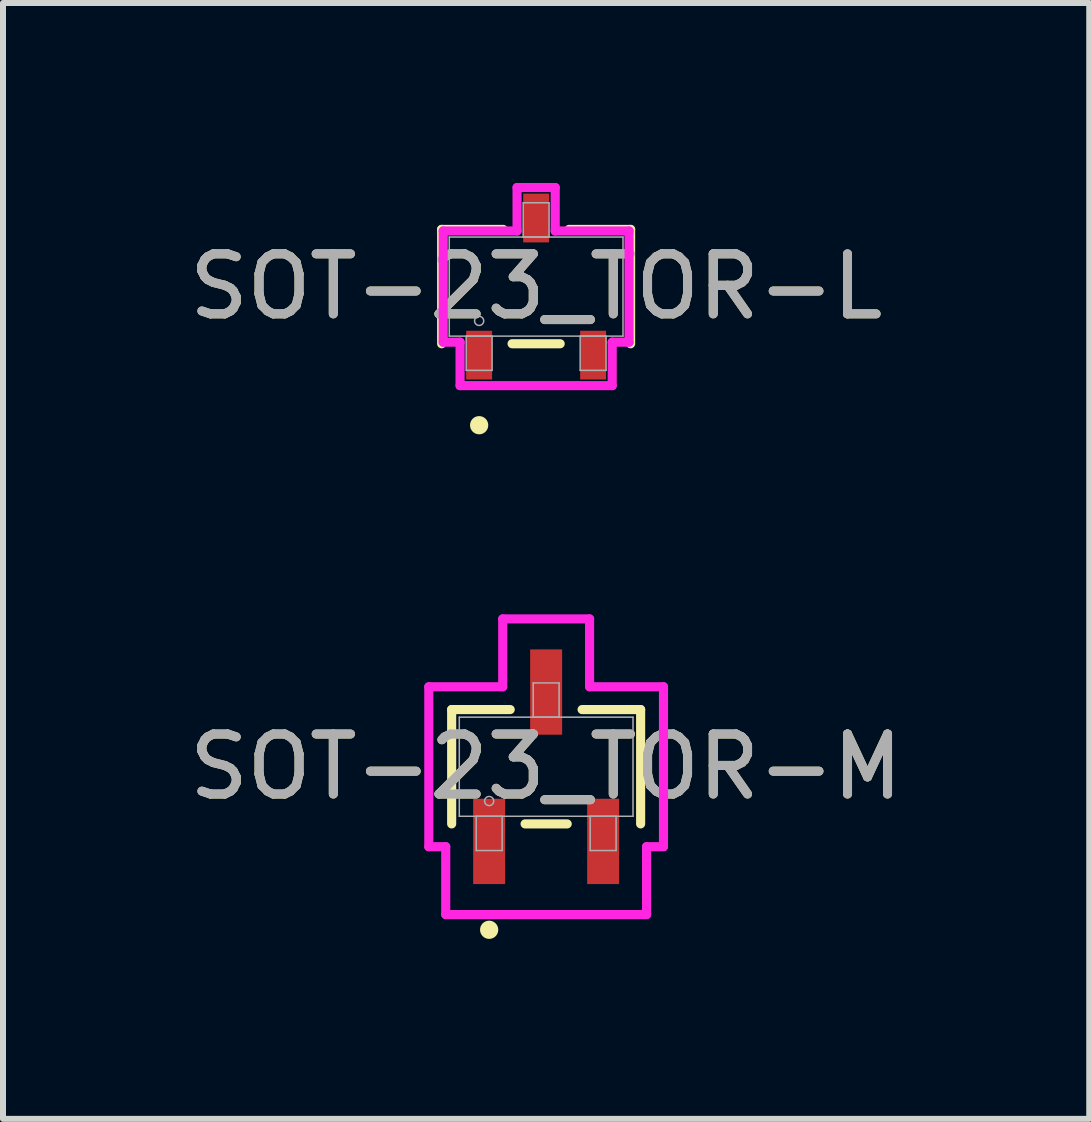
<source format=kicad_pcb>
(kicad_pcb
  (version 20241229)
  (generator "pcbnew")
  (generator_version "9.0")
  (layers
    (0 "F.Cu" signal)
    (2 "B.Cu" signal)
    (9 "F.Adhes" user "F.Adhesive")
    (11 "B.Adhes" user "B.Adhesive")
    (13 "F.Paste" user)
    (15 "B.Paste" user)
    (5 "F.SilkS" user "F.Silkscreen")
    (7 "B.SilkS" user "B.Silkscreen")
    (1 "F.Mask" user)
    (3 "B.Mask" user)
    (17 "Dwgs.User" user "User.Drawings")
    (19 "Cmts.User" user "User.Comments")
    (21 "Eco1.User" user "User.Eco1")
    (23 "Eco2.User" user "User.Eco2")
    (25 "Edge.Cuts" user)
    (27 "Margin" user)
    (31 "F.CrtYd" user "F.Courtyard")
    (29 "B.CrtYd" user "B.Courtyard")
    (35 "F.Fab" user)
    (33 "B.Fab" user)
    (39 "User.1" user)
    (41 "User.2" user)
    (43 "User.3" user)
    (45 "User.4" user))
  (footprint "SOT-23_TOR-L"
    (layer "F.Cu")
    (at 5.887 1.727)
    (property "Reference" "SOT-23_TOR-L" (at 0 0 0) (unlocked yes) (layer "F.SilkS") (effects (font (size 1 1) (thickness 0.15))))
    (attr smd)
    (fp_line (start -1.575 -0.953) (end -1.575 0.953) (stroke (width 0.152) (type solid)) (layer "F.SilkS"))
    (fp_line (start -0.549 -0.953) (end -1.575 -0.953) (stroke (width 0.152) (type solid)) (layer "F.SilkS"))
    (fp_line (start -0.401 0.953) (end 0.401 0.953) (stroke (width 0.152) (type solid)) (layer "F.SilkS"))
    (fp_line (start 1.575 -0.953) (end 0.549 -0.953) (stroke (width 0.152) (type solid)) (layer "F.SilkS"))
    (fp_line (start 1.575 0.953) (end 1.575 -0.953) (stroke (width 0.152) (type solid)) (layer "F.SilkS"))
    (fp_circle (center -0.95 2.311) (end -0.874 2.311) (stroke (width 0.152) (type solid)) (fill no) (layer "F.SilkS"))
    (fp_line (start -1.549 -0.927) (end -0.318 -0.927) (stroke (width 0.152) (type solid)) (layer "F.CrtYd"))
    (fp_line (start -1.549 0.927) (end -1.549 -0.927) (stroke (width 0.152) (type solid)) (layer "F.CrtYd"))
    (fp_line (start -1.549 0.927) (end -1.268 0.927) (stroke (width 0.152) (type solid)) (layer "F.CrtYd"))
    (fp_line (start -1.268 0.927) (end -1.268 1.651) (stroke (width 0.152) (type solid)) (layer "F.CrtYd"))
    (fp_line (start -1.268 1.651) (end 1.268 1.651) (stroke (width 0.152) (type solid)) (layer "F.CrtYd"))
    (fp_line (start -0.318 -1.651) (end 0.318 -1.651) (stroke (width 0.152) (type solid)) (layer "F.CrtYd"))
    (fp_line (start -0.318 -0.927) (end -0.318 -1.651) (stroke (width 0.152) (type solid)) (layer "F.CrtYd"))
    (fp_line (start 0.318 -0.927) (end 0.318 -1.651) (stroke (width 0.152) (type solid)) (layer "F.CrtYd"))
    (fp_line (start 1.268 0.927) (end 1.268 1.651) (stroke (width 0.152) (type solid)) (layer "F.CrtYd"))
    (fp_line (start 1.549 -0.927) (end 0.318 -0.927) (stroke (width 0.152) (type solid)) (layer "F.CrtYd"))
    (fp_line (start 1.549 -0.927) (end 1.549 0.927) (stroke (width 0.152) (type solid)) (layer "F.CrtYd"))
    (fp_line (start 1.549 0.927) (end 1.268 0.927) (stroke (width 0.152) (type solid)) (layer "F.CrtYd"))
    (fp_line (start -1.448 -0.826) (end -1.448 0.826) (stroke (width 0.025) (type solid)) (layer "F.Fab"))
    (fp_line (start -1.448 0.826) (end 1.448 0.826) (stroke (width 0.025) (type solid)) (layer "F.Fab"))
    (fp_line (start -1.166 0.826) (end -1.166 1.397) (stroke (width 0.025) (type solid)) (layer "F.Fab"))
    (fp_line (start -1.166 1.397) (end -0.734 1.397) (stroke (width 0.025) (type solid)) (layer "F.Fab"))
    (fp_line (start -0.734 0.826) (end -1.166 0.826) (stroke (width 0.025) (type solid)) (layer "F.Fab"))
    (fp_line (start -0.734 1.397) (end -0.734 0.826) (stroke (width 0.025) (type solid)) (layer "F.Fab"))
    (fp_line (start -0.216 -1.397) (end -0.216 -0.826) (stroke (width 0.025) (type solid)) (layer "F.Fab"))
    (fp_line (start -0.216 -0.826) (end 0.216 -0.826) (stroke (width 0.025) (type solid)) (layer "F.Fab"))
    (fp_line (start 0.216 -1.397) (end -0.216 -1.397) (stroke (width 0.025) (type solid)) (layer "F.Fab"))
    (fp_line (start 0.216 -0.826) (end 0.216 -1.397) (stroke (width 0.025) (type solid)) (layer "F.Fab"))
    (fp_line (start 0.734 0.826) (end 0.734 1.397) (stroke (width 0.025) (type solid)) (layer "F.Fab"))
    (fp_line (start 0.734 1.397) (end 1.166 1.397) (stroke (width 0.025) (type solid)) (layer "F.Fab"))
    (fp_line (start 1.166 0.826) (end 0.734 0.826) (stroke (width 0.025) (type solid)) (layer "F.Fab"))
    (fp_line (start 1.166 1.397) (end 1.166 0.826) (stroke (width 0.025) (type solid)) (layer "F.Fab"))
    (fp_line (start 1.448 -0.826) (end -1.448 -0.826) (stroke (width 0.025) (type solid)) (layer "F.Fab"))
    (fp_line (start 1.448 0.826) (end 1.448 -0.826) (stroke (width 0.025) (type solid)) (layer "F.Fab"))
    (fp_circle (center -0.95 0.572) (end -0.874 0.572) (stroke (width 0.025) (type solid)) (fill no) (layer "F.Fab"))
    (fp_text user "${REFERENCE}" (at 0 0 0) (unlocked yes) (layer "F.Fab") (effects (font (size 1 1) (thickness 0.15))))
    (pad "1" smd rect (at -0.95 1.143) (size 0.432 0.813) (layers "F.Cu" "F.Mask" "F.Paste"))
    (pad "2" smd rect (at 0.95 1.143) (size 0.432 0.813) (layers "F.Cu" "F.Mask" "F.Paste"))
    (pad "3" smd rect (at 0 -1.143) (size 0.432 0.813) (layers "F.Cu" "F.Mask" "F.Paste")))
  (footprint "SOT-23_TOR-M"
    (layer "F.Cu")
    (at 6.054 9.731)
    (property "Reference" "SOT-23_TOR-M" (at 0 0 0) (unlocked yes) (layer "F.SilkS") (effects (font (size 1 1) (thickness 0.15))))
    (attr smd)
    (fp_line (start -1.575 -0.953) (end -1.575 0.953) (stroke (width 0.152) (type solid)) (layer "F.SilkS"))
    (fp_line (start -0.599 -0.953) (end -1.575 -0.953) (stroke (width 0.152) (type solid)) (layer "F.SilkS"))
    (fp_line (start -0.351 0.953) (end 0.351 0.953) (stroke (width 0.152) (type solid)) (layer "F.SilkS"))
    (fp_line (start 1.575 -0.953) (end 0.599 -0.953) (stroke (width 0.152) (type solid)) (layer "F.SilkS"))
    (fp_line (start 1.575 0.953) (end 1.575 -0.953) (stroke (width 0.152) (type solid)) (layer "F.SilkS"))
    (fp_circle (center -0.95 2.718) (end -0.874 2.718) (stroke (width 0.152) (type solid)) (fill no) (layer "F.SilkS"))
    (fp_line (start -1.956 -1.333) (end -0.724 -1.333) (stroke (width 0.152) (type solid)) (layer "F.CrtYd"))
    (fp_line (start -1.956 1.333) (end -1.956 -1.333) (stroke (width 0.152) (type solid)) (layer "F.CrtYd"))
    (fp_line (start -1.956 1.333) (end -1.674 1.333) (stroke (width 0.152) (type solid)) (layer "F.CrtYd"))
    (fp_line (start -1.674 1.333) (end -1.674 2.464) (stroke (width 0.152) (type solid)) (layer "F.CrtYd"))
    (fp_line (start -1.674 2.464) (end 1.674 2.464) (stroke (width 0.152) (type solid)) (layer "F.CrtYd"))
    (fp_line (start -0.724 -2.464) (end 0.724 -2.464) (stroke (width 0.152) (type solid)) (layer "F.CrtYd"))
    (fp_line (start -0.724 -1.333) (end -0.724 -2.464) (stroke (width 0.152) (type solid)) (layer "F.CrtYd"))
    (fp_line (start 0.724 -1.333) (end 0.724 -2.464) (stroke (width 0.152) (type solid)) (layer "F.CrtYd"))
    (fp_line (start 1.674 1.333) (end 1.674 2.464) (stroke (width 0.152) (type solid)) (layer "F.CrtYd"))
    (fp_line (start 1.956 -1.333) (end 0.724 -1.333) (stroke (width 0.152) (type solid)) (layer "F.CrtYd"))
    (fp_line (start 1.956 -1.333) (end 1.956 1.333) (stroke (width 0.152) (type solid)) (layer "F.CrtYd"))
    (fp_line (start 1.956 1.333) (end 1.674 1.333) (stroke (width 0.152) (type solid)) (layer "F.CrtYd"))
    (fp_line (start -1.448 -0.826) (end -1.448 0.826) (stroke (width 0.025) (type solid)) (layer "F.Fab"))
    (fp_line (start -1.448 0.826) (end 1.448 0.826) (stroke (width 0.025) (type solid)) (layer "F.Fab"))
    (fp_line (start -1.166 0.826) (end -1.166 1.397) (stroke (width 0.025) (type solid)) (layer "F.Fab"))
    (fp_line (start -1.166 1.397) (end -0.734 1.397) (stroke (width 0.025) (type solid)) (layer "F.Fab"))
    (fp_line (start -0.734 0.826) (end -1.166 0.826) (stroke (width 0.025) (type solid)) (layer "F.Fab"))
    (fp_line (start -0.734 1.397) (end -0.734 0.826) (stroke (width 0.025) (type solid)) (layer "F.Fab"))
    (fp_line (start -0.216 -1.397) (end -0.216 -0.826) (stroke (width 0.025) (type solid)) (layer "F.Fab"))
    (fp_line (start -0.216 -0.826) (end 0.216 -0.826) (stroke (width 0.025) (type solid)) (layer "F.Fab"))
    (fp_line (start 0.216 -1.397) (end -0.216 -1.397) (stroke (width 0.025) (type solid)) (layer "F.Fab"))
    (fp_line (start 0.216 -0.826) (end 0.216 -1.397) (stroke (width 0.025) (type solid)) (layer "F.Fab"))
    (fp_line (start 0.734 0.826) (end 0.734 1.397) (stroke (width 0.025) (type solid)) (layer "F.Fab"))
    (fp_line (start 0.734 1.397) (end 1.166 1.397) (stroke (width 0.025) (type solid)) (layer "F.Fab"))
    (fp_line (start 1.166 0.826) (end 0.734 0.826) (stroke (width 0.025) (type solid)) (layer "F.Fab"))
    (fp_line (start 1.166 1.397) (end 1.166 0.826) (stroke (width 0.025) (type solid)) (layer "F.Fab"))
    (fp_line (start 1.448 -0.826) (end -1.448 -0.826) (stroke (width 0.025) (type solid)) (layer "F.Fab"))
    (fp_line (start 1.448 0.826) (end 1.448 -0.826) (stroke (width 0.025) (type solid)) (layer "F.Fab"))
    (fp_circle (center -0.95 0.572) (end -0.874 0.572) (stroke (width 0.025) (type solid)) (fill no) (layer "F.Fab"))
    (fp_text user "${REFERENCE}" (at 0 0 0) (unlocked yes) (layer "F.Fab") (effects (font (size 1 1) (thickness 0.15))))
    (pad "1" smd rect (at -0.95 1.245) (size 0.533 1.422) (layers "F.Cu" "F.Mask" "F.Paste"))
    (pad "2" smd rect (at 0.95 1.245) (size 0.533 1.422) (layers "F.Cu" "F.Mask" "F.Paste"))
    (pad "3" smd rect (at 0 -1.245) (size 0.533 1.422) (layers "F.Cu" "F.Mask" "F.Paste")))
  (gr_rect
    (start -3 -3)
    (end 15.107 15.601)
    (stroke (width 0.1) (type default))
    (fill no)
    (layer "Edge.Cuts")))
</source>
